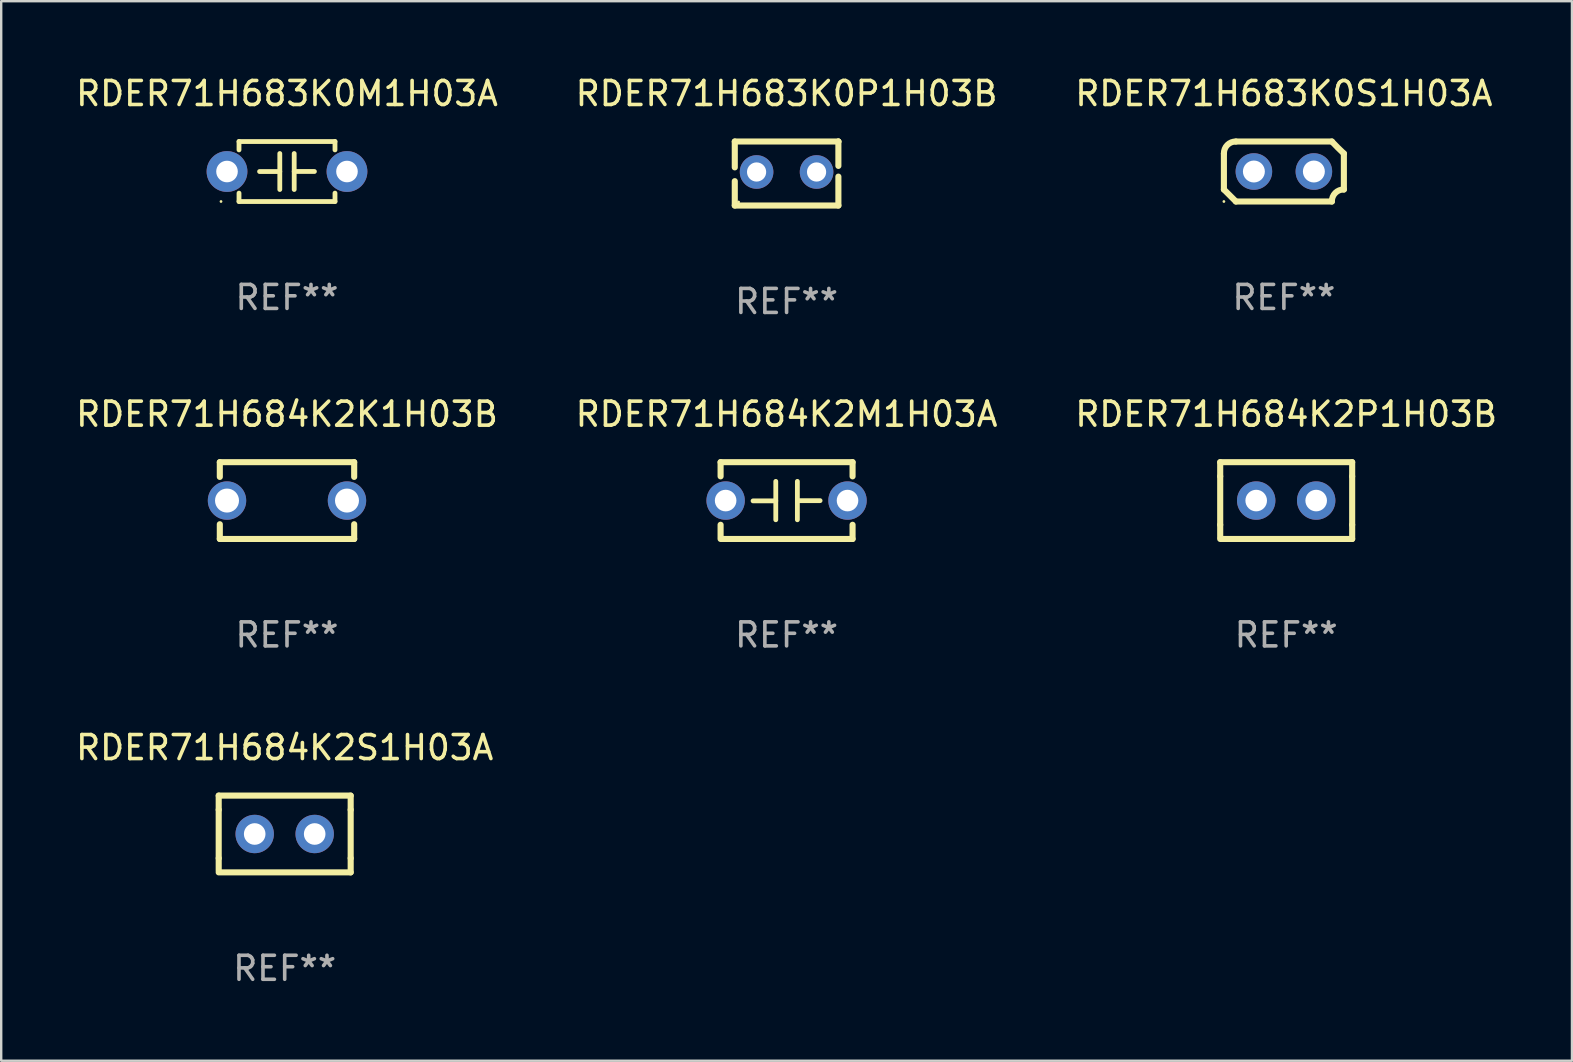
<source format=kicad_pcb>
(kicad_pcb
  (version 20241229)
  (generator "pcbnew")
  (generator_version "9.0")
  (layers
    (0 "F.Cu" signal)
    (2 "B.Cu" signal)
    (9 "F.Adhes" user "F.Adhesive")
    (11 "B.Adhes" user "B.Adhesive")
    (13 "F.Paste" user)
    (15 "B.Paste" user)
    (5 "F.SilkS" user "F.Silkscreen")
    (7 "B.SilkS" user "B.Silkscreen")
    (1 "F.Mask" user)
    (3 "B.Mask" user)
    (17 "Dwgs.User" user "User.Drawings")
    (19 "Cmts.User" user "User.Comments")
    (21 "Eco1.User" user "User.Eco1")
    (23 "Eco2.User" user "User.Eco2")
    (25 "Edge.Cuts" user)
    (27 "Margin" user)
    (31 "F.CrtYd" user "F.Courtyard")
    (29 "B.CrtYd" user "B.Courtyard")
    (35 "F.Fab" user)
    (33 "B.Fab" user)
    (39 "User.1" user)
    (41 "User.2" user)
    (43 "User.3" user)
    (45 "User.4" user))
  (footprint "RDER71H683K0S1H03A"
    (layer "F.Cu")
    (at 50.458 4.098)
    (property "Reference" "RDER71H683K0S1H03A" (at 0 -3.25 0) (layer "F.SilkS") (effects (font (size 1 1) (thickness 0.15))))
    (attr through_hole)
    (fp_line (start -2.5 -0.75) (end -2.5 0.75) (stroke (width 0.254) (type solid)) (layer "F.SilkS"))
    (fp_line (start -2 -1.25) (end 2 -1.25) (stroke (width 0.254) (type solid)) (layer "F.SilkS"))
    (fp_line (start 2 1.25) (end -2 1.25) (stroke (width 0.254) (type solid)) (layer "F.SilkS"))
    (fp_line (start 2.5 0.75) (end 2.5 -0.75) (stroke (width 0.254) (type solid)) (layer "F.SilkS"))
    (fp_arc (start -2.5 0.749962) (mid -2.249559 0.999558) (end -1.99929 1.249325) (stroke (width 0.254001) (type solid)) (layer "F.SilkS"))
    (fp_arc (start -2.499366 -0.749302) (mid -2.356411 -1.106098) (end -2 -1.250013) (stroke (width 0.254001) (type solid)) (layer "F.SilkS"))
    (fp_arc (start 2 1.250013) (mid 2.142747 0.89301) (end 2.499364 0.749302) (stroke (width 0.254001) (type solid)) (layer "F.SilkS"))
    (fp_arc (start 2.5 -0.749962) (mid 2.245609 -0.995598) (end 1.999289 -1.249327) (stroke (width 0.254001) (type solid)) (layer "F.SilkS"))
    (fp_circle (center -2.5 1.25) (end -2.47 1.25) (stroke (width 0.06) (type solid)) (fill no) (layer "F.SilkS"))
    (fp_text user "REF**" (at 0 5.25 0) (layer "F.Fab") (effects (font (size 1 1) (thickness 0.15))))
    (pad "1" thru_hole circle (at -1.25 0) (size 1.524 1.524) (drill 0.914) (layers "*.Cu" "*.Mask"))
    (pad "2" thru_hole circle (at 1.25 0) (size 1.524 1.524) (drill 0.914) (layers "*.Cu" "*.Mask")))
  (footprint "RDER71H684K2P1H03B"
    (layer "F.Cu")
    (at 50.554 17.812)
    (property "Reference" "RDER71H684K2P1H03B" (at 0 -3.6 0) (layer "F.SilkS") (effects (font (size 1 1) (thickness 0.15))))
    (attr through_hole)
    (fp_line (start -2.75 -1.6) (end -2.75 -1.01) (stroke (width 0.254) (type solid)) (layer "F.SilkS"))
    (fp_line (start -2.75 -1.6) (end 2.75 -1.6) (stroke (width 0.254) (type solid)) (layer "F.SilkS"))
    (fp_line (start -2.75 -1.01) (end -2.75 1.01) (stroke (width 0.254) (type solid)) (layer "F.SilkS"))
    (fp_line (start -2.75 1.01) (end -2.75 1.524) (stroke (width 0.254) (type solid)) (layer "F.SilkS"))
    (fp_line (start -2.75 1.6) (end 2.75 1.6) (stroke (width 0.254) (type solid)) (layer "F.SilkS"))
    (fp_line (start 2.75 -1.6) (end 2.75 -1.01) (stroke (width 0.254) (type solid)) (layer "F.SilkS"))
    (fp_line (start 2.75 -1.01) (end 2.75 1.01) (stroke (width 0.254) (type solid)) (layer "F.SilkS"))
    (fp_line (start 2.75 1.01) (end 2.75 1.6) (stroke (width 0.254) (type solid)) (layer "F.SilkS"))
    (fp_circle (center -2.75 1.6) (end -2.72 1.6) (stroke (width 0.06) (type solid)) (fill no) (layer "F.SilkS"))
    (fp_text user "REF**" (at 0 5.6 0) (layer "F.Fab") (effects (font (size 1 1) (thickness 0.15))))
    (pad "1" thru_hole circle (at -1.25 0) (size 1.6 1.6) (drill 0.9) (layers "*.Cu" "*.Mask"))
    (pad "2" thru_hole circle (at 1.25 0) (size 1.6 1.6) (drill 0.9) (layers "*.Cu" "*.Mask")))
  (footprint "RDER71H684K2K1H03B"
    (layer "F.Cu")
    (at 8.911 17.812)
    (property "Reference" "RDER71H684K2K1H03B" (at 0 -3.6 0) (layer "F.SilkS") (effects (font (size 1 1) (thickness 0.15))))
    (attr through_hole)
    (fp_line (start -2.8 -1.6) (end 2.8 -1.6) (stroke (width 0.254) (type solid)) (layer "F.SilkS"))
    (fp_line (start -2.8 -0.986) (end -2.8 -1.6) (stroke (width 0.254) (type solid)) (layer "F.SilkS"))
    (fp_line (start -2.8 1.6) (end -2.8 0.986) (stroke (width 0.254) (type solid)) (layer "F.SilkS"))
    (fp_line (start 2.8 -1.6) (end 2.8 -0.986) (stroke (width 0.254) (type solid)) (layer "F.SilkS"))
    (fp_line (start 2.8 0.986) (end 2.8 1.6) (stroke (width 0.254) (type solid)) (layer "F.SilkS"))
    (fp_line (start 2.8 1.6) (end -2.8 1.6) (stroke (width 0.254) (type solid)) (layer "F.SilkS"))
    (fp_circle (center -2.8 1.6) (end -2.77 1.6) (stroke (width 0.06) (type solid)) (fill no) (layer "F.SilkS"))
    (fp_text user "REF**" (at 0 5.6 0) (layer "F.Fab") (effects (font (size 1 1) (thickness 0.15))))
    (pad "1" thru_hole circle (at -2.5 0) (size 1.6 1.6) (drill 1) (layers "*.Cu" "*.Mask"))
    (pad "2" thru_hole circle (at 2.5 0) (size 1.6 1.6) (drill 1) (layers "*.Cu" "*.Mask")))
  (footprint "RDER71H684K2M1H03A"
    (layer "F.Cu")
    (at 29.732 17.812)
    (property "Reference" "RDER71H684K2M1H03A" (at 0 -3.6 0) (layer "F.SilkS") (effects (font (size 1 1) (thickness 0.15))))
    (attr through_hole)
    (fp_line (start -2.75 -1.6) (end -2.75 -1.009) (stroke (width 0.254) (type solid)) (layer "F.SilkS"))
    (fp_line (start -2.75 -1.6) (end 2.75 -1.6) (stroke (width 0.254) (type solid)) (layer "F.SilkS"))
    (fp_line (start -2.75 1.009) (end -2.75 1.524) (stroke (width 0.254) (type solid)) (layer "F.SilkS"))
    (fp_line (start -2.75 1.6) (end 2.75 1.6) (stroke (width 0.254) (type solid)) (layer "F.SilkS"))
    (fp_line (start -0.45 -0.8) (end -0.45 0.8) (stroke (width 0.2) (type solid)) (layer "F.SilkS"))
    (fp_line (start -0.45 0.013) (end -1.397 0.013) (stroke (width 0.2) (type solid)) (layer "F.SilkS"))
    (fp_line (start 0.45 0.003) (end 1.397 0.003) (stroke (width 0.2) (type solid)) (layer "F.SilkS"))
    (fp_line (start 0.45 0.8) (end 0.45 -0.8) (stroke (width 0.2) (type solid)) (layer "F.SilkS"))
    (fp_line (start 2.75 -1.6) (end 2.75 -1.009) (stroke (width 0.254) (type solid)) (layer "F.SilkS"))
    (fp_line (start 2.75 1.009) (end 2.75 1.6) (stroke (width 0.254) (type solid)) (layer "F.SilkS"))
    (fp_circle (center -2.79 1.6) (end -2.76 1.6) (stroke (width 0.06) (type solid)) (fill no) (layer "F.SilkS"))
    (fp_text user "REF**" (at 0 5.6 0) (layer "F.Fab") (effects (font (size 1 1) (thickness 0.15))))
    (pad "1" thru_hole circle (at -2.54 0) (size 1.6 1.6) (drill 0.9) (layers "*.Cu" "*.Mask"))
    (pad "2" thru_hole circle (at 2.54 0) (size 1.6 1.6) (drill 0.9) (layers "*.Cu" "*.Mask")))
  (footprint "RDER71H683K0P1H03B"
    (layer "F.Cu")
    (at 29.732 4.182)
    (property "Reference" "RDER71H683K0P1H03B" (at 0 -3.334 0) (layer "F.SilkS") (effects (font (size 1 1) (thickness 0.15))))
    (attr through_hole)
    (fp_line (start -2.159 -1.334) (end 2.159 -1.334) (stroke (width 0.254) (type solid)) (layer "F.SilkS"))
    (fp_line (start -2.159 -0.256) (end -2.159 -1.334) (stroke (width 0.254) (type solid)) (layer "F.SilkS"))
    (fp_line (start -2.159 1.334) (end -2.159 0.318) (stroke (width 0.254) (type solid)) (layer "F.SilkS"))
    (fp_line (start 2.159 -1.334) (end 2.159 -1.334) (stroke (width 0.254) (type solid)) (layer "F.SilkS"))
    (fp_line (start 2.159 -1.334) (end 2.159 -0.318) (stroke (width 0.254) (type solid)) (layer "F.SilkS"))
    (fp_line (start 2.159 0.129) (end 2.159 1.334) (stroke (width 0.254) (type solid)) (layer "F.SilkS"))
    (fp_line (start 2.159 1.334) (end -2.159 1.334) (stroke (width 0.254) (type solid)) (layer "F.SilkS"))
    (fp_circle (center -2 1.186) (end -1.97 1.186) (stroke (width 0.06) (type solid)) (fill no) (layer "F.SilkS"))
    (fp_text user "REF**" (at 0 5.334 0) (layer "F.Fab") (effects (font (size 1 1) (thickness 0.15))))
    (pad "1" thru_hole circle (at -1.25 -0.064) (size 1.4 1.4) (drill 0.8) (layers "*.Cu" "*.Mask"))
    (pad "2" thru_hole circle (at 1.25 -0.064) (size 1.4 1.4) (drill 0.8) (layers "*.Cu" "*.Mask")))
  (footprint "RDER71H684K2S1H03A"
    (layer "F.Cu")
    (at 8.815 31.708)
    (property "Reference" "RDER71H684K2S1H03A" (at 0 -3.6 0) (layer "F.SilkS") (effects (font (size 1 1) (thickness 0.15))))
    (attr through_hole)
    (fp_line (start -2.75 -1.6) (end -2.75 -1.01) (stroke (width 0.254) (type solid)) (layer "F.SilkS"))
    (fp_line (start -2.75 -1.6) (end 2.75 -1.6) (stroke (width 0.254) (type solid)) (layer "F.SilkS"))
    (fp_line (start -2.75 -1.01) (end -2.75 1.01) (stroke (width 0.254) (type solid)) (layer "F.SilkS"))
    (fp_line (start -2.75 1.01) (end -2.75 1.524) (stroke (width 0.254) (type solid)) (layer "F.SilkS"))
    (fp_line (start -2.75 1.6) (end 2.75 1.6) (stroke (width 0.254) (type solid)) (layer "F.SilkS"))
    (fp_line (start 2.75 -1.6) (end 2.75 -1.01) (stroke (width 0.254) (type solid)) (layer "F.SilkS"))
    (fp_line (start 2.75 -1.01) (end 2.75 1.01) (stroke (width 0.254) (type solid)) (layer "F.SilkS"))
    (fp_line (start 2.75 1.01) (end 2.75 1.6) (stroke (width 0.254) (type solid)) (layer "F.SilkS"))
    (fp_circle (center -2.75 1.6) (end -2.72 1.6) (stroke (width 0.06) (type solid)) (fill no) (layer "F.SilkS"))
    (fp_text user "REF**" (at 0 5.6 0) (layer "F.Fab") (effects (font (size 1 1) (thickness 0.15))))
    (pad "1" thru_hole circle (at -1.25 0) (size 1.6 1.6) (drill 0.9) (layers "*.Cu" "*.Mask"))
    (pad "2" thru_hole circle (at 1.25 0) (size 1.6 1.6) (drill 0.9) (layers "*.Cu" "*.Mask")))
  (footprint "RDER71H683K0M1H03A"
    (layer "F.Cu")
    (at 8.911 4.098)
    (property "Reference" "RDER71H683K0M1H03A" (at 0 -3.25 0) (layer "F.SilkS") (effects (font (size 1 1) (thickness 0.15))))
    (attr through_hole)
    (fp_line (start -2 -1.25) (end -2 -0.901) (stroke (width 0.2) (type solid)) (layer "F.SilkS"))
    (fp_line (start -2 -1.25) (end 2 -1.25) (stroke (width 0.2) (type solid)) (layer "F.SilkS"))
    (fp_line (start -2 0.901) (end -2 1.25) (stroke (width 0.2) (type solid)) (layer "F.SilkS"))
    (fp_line (start -0.3 -0.75) (end -0.3 0.75) (stroke (width 0.2) (type solid)) (layer "F.SilkS"))
    (fp_line (start -0.3 0.001) (end -1.143 0.001) (stroke (width 0.2) (type solid)) (layer "F.SilkS"))
    (fp_line (start 0.3 -0.001) (end 1.143 -0.001) (stroke (width 0.2) (type solid)) (layer "F.SilkS"))
    (fp_line (start 0.3 0.75) (end 0.3 -0.75) (stroke (width 0.2) (type solid)) (layer "F.SilkS"))
    (fp_line (start 2 -1.25) (end 2 -0.901) (stroke (width 0.2) (type solid)) (layer "F.SilkS"))
    (fp_line (start 2 0.901) (end 2 1.25) (stroke (width 0.2) (type solid)) (layer "F.SilkS"))
    (fp_line (start 2 1.25) (end -2 1.25) (stroke (width 0.2) (type solid)) (layer "F.SilkS"))
    (fp_circle (center -2.75 1.25) (end -2.72 1.25) (stroke (width 0.06) (type solid)) (fill no) (layer "F.SilkS"))
    (fp_text user "REF**" (at 0 5.25 0) (layer "F.Fab") (effects (font (size 1 1) (thickness 0.15))))
    (pad "1" thru_hole circle (at -2.5 0) (size 1.7 1.7) (drill 0.9) (layers "*.Cu" "*.Mask"))
    (pad "2" thru_hole circle (at 2.5 0) (size 1.7 1.7) (drill 0.9) (layers "*.Cu" "*.Mask")))
  (gr_rect
    (start -3 -3)
    (end 62.464 41.157)
    (stroke (width 0.1) (type default))
    (fill no)
    (layer "Edge.Cuts")))
</source>
